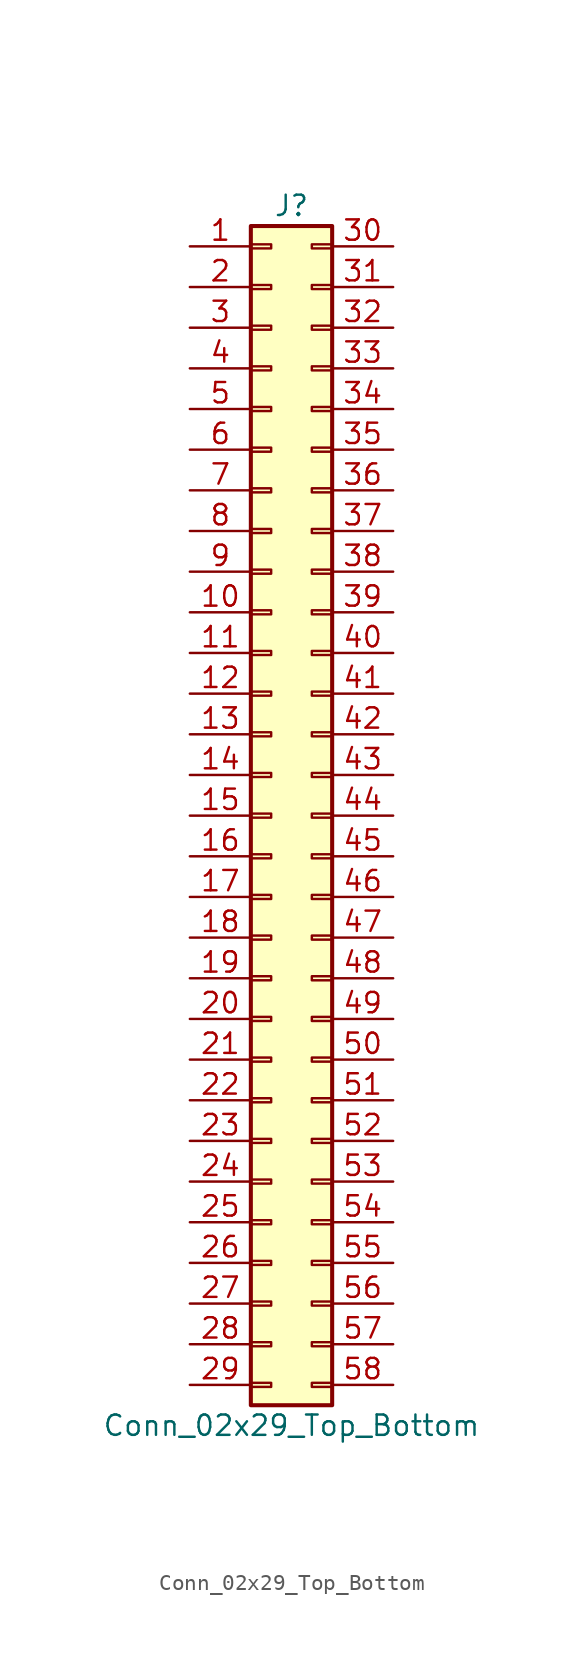
<source format=kicad_sym>
(kicad_symbol_lib
  (version 20201005)
  (generator kicad_symbol_editor)
  (symbol "Connector_Generic:Conn_02x29_Top_Bottom"
    (pin_names
      (offset 1.016) hide)
    (property "Reference" "J"
      (at 1.27 38.1 0)
      (effects (font (size 1.27 1.27))))
    (property "Value" "Conn_02x29_Top_Bottom"
      (at 1.27 -38.1 0)
      (effects (font (size 1.27 1.27))))
    (symbol "Conn_02x29_Top_Bottom_1_1"
      (rectangle (start -1.27 -27.813) (end 0 -28.067) (stroke (width 0.152)) (fill (type none)))
      (rectangle (start -1.27 -30.353) (end 0 -30.607) (stroke (width 0.152)) (fill (type none)))
      (rectangle (start -1.27 -32.893) (end 0 -33.147) (stroke (width 0.152)) (fill (type none)))
      (rectangle (start -1.27 -35.433) (end 0 -35.687) (stroke (width 0.152)) (fill (type none)))
      (rectangle (start -1.27 -4.953) (end 0 -5.207) (stroke (width 0.152)) (fill (type none)))
      (rectangle (start -1.27 -7.493) (end 0 -7.747) (stroke (width 0.152)) (fill (type none)))
      (rectangle (start -1.27 -10.033) (end 0 -10.287) (stroke (width 0.152)) (fill (type none)))
      (rectangle (start -1.27 -12.573) (end 0 -12.827) (stroke (width 0.152)) (fill (type none)))
      (rectangle (start -1.27 -15.113) (end 0 -15.367) (stroke (width 0.152)) (fill (type none)))
      (rectangle (start -1.27 -17.653) (end 0 -17.907) (stroke (width 0.152)) (fill (type none)))
      (rectangle (start -1.27 -20.193) (end 0 -20.447) (stroke (width 0.152)) (fill (type none)))
      (rectangle (start -1.27 -22.733) (end 0 -22.987) (stroke (width 0.152)) (fill (type none)))
      (rectangle (start -1.27 -2.413) (end 0 -2.667) (stroke (width 0.152)) (fill (type none)))
      (rectangle (start -1.27 -25.273) (end 0 -25.527) (stroke (width 0.152)) (fill (type none)))
      (rectangle (start -1.27 25.527) (end 0 25.273) (stroke (width 0.152)) (fill (type none)))
      (rectangle (start -1.27 2.667) (end 0 2.413) (stroke (width 0.152)) (fill (type none)))
      (rectangle (start -1.27 28.067) (end 0 27.813) (stroke (width 0.152)) (fill (type none)))
      (rectangle (start -1.27 30.607) (end 0 30.353) (stroke (width 0.152)) (fill (type none)))
      (rectangle (start -1.27 33.147) (end 0 32.893) (stroke (width 0.152)) (fill (type none)))
      (rectangle (start -1.27 35.687) (end 0 35.433) (stroke (width 0.152)) (fill (type none)))
      (rectangle (start -1.27 36.83) (end 3.81 -36.83) (stroke (width 0.254)) (fill (type background)))
      (rectangle (start -1.27 5.207) (end 0 4.953) (stroke (width 0.152)) (fill (type none)))
      (rectangle (start -1.27 7.747) (end 0 7.493) (stroke (width 0.152)) (fill (type none)))
      (rectangle (start -1.27 10.287) (end 0 10.033) (stroke (width 0.152)) (fill (type none)))
      (rectangle (start -1.27 0.127) (end 0 -0.127) (stroke (width 0.152)) (fill (type none)))
      (rectangle (start -1.27 12.827) (end 0 12.573) (stroke (width 0.152)) (fill (type none)))
      (rectangle (start -1.27 15.367) (end 0 15.113) (stroke (width 0.152)) (fill (type none)))
      (rectangle (start -1.27 17.907) (end 0 17.653) (stroke (width 0.152)) (fill (type none)))
      (rectangle (start -1.27 20.447) (end 0 20.193) (stroke (width 0.152)) (fill (type none)))
      (rectangle (start -1.27 22.987) (end 0 22.733) (stroke (width 0.152)) (fill (type none)))
      (rectangle (start 3.81 -27.813) (end 2.54 -28.067) (stroke (width 0.152)) (fill (type none)))
      (rectangle (start 3.81 -30.353) (end 2.54 -30.607) (stroke (width 0.152)) (fill (type none)))
      (rectangle (start 3.81 -32.893) (end 2.54 -33.147) (stroke (width 0.152)) (fill (type none)))
      (rectangle (start 3.81 -35.433) (end 2.54 -35.687) (stroke (width 0.152)) (fill (type none)))
      (rectangle (start 3.81 -4.953) (end 2.54 -5.207) (stroke (width 0.152)) (fill (type none)))
      (rectangle (start 3.81 -7.493) (end 2.54 -7.747) (stroke (width 0.152)) (fill (type none)))
      (rectangle (start 3.81 -10.033) (end 2.54 -10.287) (stroke (width 0.152)) (fill (type none)))
      (rectangle (start 3.81 -12.573) (end 2.54 -12.827) (stroke (width 0.152)) (fill (type none)))
      (rectangle (start 3.81 -15.113) (end 2.54 -15.367) (stroke (width 0.152)) (fill (type none)))
      (rectangle (start 3.81 -17.653) (end 2.54 -17.907) (stroke (width 0.152)) (fill (type none)))
      (rectangle (start 3.81 -20.193) (end 2.54 -20.447) (stroke (width 0.152)) (fill (type none)))
      (rectangle (start 3.81 -22.733) (end 2.54 -22.987) (stroke (width 0.152)) (fill (type none)))
      (rectangle (start 3.81 -2.413) (end 2.54 -2.667) (stroke (width 0.152)) (fill (type none)))
      (rectangle (start 3.81 -25.273) (end 2.54 -25.527) (stroke (width 0.152)) (fill (type none)))
      (rectangle (start 3.81 25.527) (end 2.54 25.273) (stroke (width 0.152)) (fill (type none)))
      (rectangle (start 3.81 2.667) (end 2.54 2.413) (stroke (width 0.152)) (fill (type none)))
      (rectangle (start 3.81 28.067) (end 2.54 27.813) (stroke (width 0.152)) (fill (type none)))
      (rectangle (start 3.81 30.607) (end 2.54 30.353) (stroke (width 0.152)) (fill (type none)))
      (rectangle (start 3.81 33.147) (end 2.54 32.893) (stroke (width 0.152)) (fill (type none)))
      (rectangle (start 3.81 35.687) (end 2.54 35.433) (stroke (width 0.152)) (fill (type none)))
      (rectangle (start 3.81 5.207) (end 2.54 4.953) (stroke (width 0.152)) (fill (type none)))
      (rectangle (start 3.81 7.747) (end 2.54 7.493) (stroke (width 0.152)) (fill (type none)))
      (rectangle (start 3.81 10.287) (end 2.54 10.033) (stroke (width 0.152)) (fill (type none)))
      (rectangle (start 3.81 0.127) (end 2.54 -0.127) (stroke (width 0.152)) (fill (type none)))
      (rectangle (start 3.81 12.827) (end 2.54 12.573) (stroke (width 0.152)) (fill (type none)))
      (rectangle (start 3.81 15.367) (end 2.54 15.113) (stroke (width 0.152)) (fill (type none)))
      (rectangle (start 3.81 17.907) (end 2.54 17.653) (stroke (width 0.152)) (fill (type none)))
      (rectangle (start 3.81 20.447) (end 2.54 20.193) (stroke (width 0.152)) (fill (type none)))
      (rectangle (start 3.81 22.987) (end 2.54 22.733) (stroke (width 0.152)) (fill (type none)))
      (pin passive line (at -5.08 35.56 0) (length 3.81) (name "Pin_1" (effects (font (size 1.27 1.27)))) (number "1" (effects (font (size 1.27 1.27)))))
      (pin passive line (at -5.08 12.7 0) (length 3.81) (name "Pin_10" (effects (font (size 1.27 1.27)))) (number "10" (effects (font (size 1.27 1.27)))))
      (pin passive line (at -5.08 10.16 0) (length 3.81) (name "Pin_11" (effects (font (size 1.27 1.27)))) (number "11" (effects (font (size 1.27 1.27)))))
      (pin passive line (at -5.08 7.62 0) (length 3.81) (name "Pin_12" (effects (font (size 1.27 1.27)))) (number "12" (effects (font (size 1.27 1.27)))))
      (pin passive line (at -5.08 5.08 0) (length 3.81) (name "Pin_13" (effects (font (size 1.27 1.27)))) (number "13" (effects (font (size 1.27 1.27)))))
      (pin passive line (at -5.08 2.54 0) (length 3.81) (name "Pin_14" (effects (font (size 1.27 1.27)))) (number "14" (effects (font (size 1.27 1.27)))))
      (pin passive line (at -5.08 0 0) (length 3.81) (name "Pin_15" (effects (font (size 1.27 1.27)))) (number "15" (effects (font (size 1.27 1.27)))))
      (pin passive line (at -5.08 -2.54 0) (length 3.81) (name "Pin_16" (effects (font (size 1.27 1.27)))) (number "16" (effects (font (size 1.27 1.27)))))
      (pin passive line (at -5.08 -5.08 0) (length 3.81) (name "Pin_17" (effects (font (size 1.27 1.27)))) (number "17" (effects (font (size 1.27 1.27)))))
      (pin passive line (at -5.08 -7.62 0) (length 3.81) (name "Pin_18" (effects (font (size 1.27 1.27)))) (number "18" (effects (font (size 1.27 1.27)))))
      (pin passive line (at -5.08 -10.16 0) (length 3.81) (name "Pin_19" (effects (font (size 1.27 1.27)))) (number "19" (effects (font (size 1.27 1.27)))))
      (pin passive line (at -5.08 33.02 0) (length 3.81) (name "Pin_2" (effects (font (size 1.27 1.27)))) (number "2" (effects (font (size 1.27 1.27)))))
      (pin passive line (at -5.08 -12.7 0) (length 3.81) (name "Pin_20" (effects (font (size 1.27 1.27)))) (number "20" (effects (font (size 1.27 1.27)))))
      (pin passive line (at -5.08 -15.24 0) (length 3.81) (name "Pin_21" (effects (font (size 1.27 1.27)))) (number "21" (effects (font (size 1.27 1.27)))))
      (pin passive line (at -5.08 -17.78 0) (length 3.81) (name "Pin_22" (effects (font (size 1.27 1.27)))) (number "22" (effects (font (size 1.27 1.27)))))
      (pin passive line (at -5.08 -20.32 0) (length 3.81) (name "Pin_23" (effects (font (size 1.27 1.27)))) (number "23" (effects (font (size 1.27 1.27)))))
      (pin passive line (at -5.08 -22.86 0) (length 3.81) (name "Pin_24" (effects (font (size 1.27 1.27)))) (number "24" (effects (font (size 1.27 1.27)))))
      (pin passive line (at -5.08 -25.4 0) (length 3.81) (name "Pin_25" (effects (font (size 1.27 1.27)))) (number "25" (effects (font (size 1.27 1.27)))))
      (pin passive line (at -5.08 -27.94 0) (length 3.81) (name "Pin_26" (effects (font (size 1.27 1.27)))) (number "26" (effects (font (size 1.27 1.27)))))
      (pin passive line (at -5.08 -30.48 0) (length 3.81) (name "Pin_27" (effects (font (size 1.27 1.27)))) (number "27" (effects (font (size 1.27 1.27)))))
      (pin passive line (at -5.08 -33.02 0) (length 3.81) (name "Pin_28" (effects (font (size 1.27 1.27)))) (number "28" (effects (font (size 1.27 1.27)))))
      (pin passive line (at -5.08 -35.56 0) (length 3.81) (name "Pin_29" (effects (font (size 1.27 1.27)))) (number "29" (effects (font (size 1.27 1.27)))))
      (pin passive line (at -5.08 30.48 0) (length 3.81) (name "Pin_3" (effects (font (size 1.27 1.27)))) (number "3" (effects (font (size 1.27 1.27)))))
      (pin passive line (at 7.62 35.56 180) (length 3.81) (name "Pin_30" (effects (font (size 1.27 1.27)))) (number "30" (effects (font (size 1.27 1.27)))))
      (pin passive line (at 7.62 33.02 180) (length 3.81) (name "Pin_31" (effects (font (size 1.27 1.27)))) (number "31" (effects (font (size 1.27 1.27)))))
      (pin passive line (at 7.62 30.48 180) (length 3.81) (name "Pin_32" (effects (font (size 1.27 1.27)))) (number "32" (effects (font (size 1.27 1.27)))))
      (pin passive line (at 7.62 27.94 180) (length 3.81) (name "Pin_33" (effects (font (size 1.27 1.27)))) (number "33" (effects (font (size 1.27 1.27)))))
      (pin passive line (at 7.62 25.4 180) (length 3.81) (name "Pin_34" (effects (font (size 1.27 1.27)))) (number "34" (effects (font (size 1.27 1.27)))))
      (pin passive line (at 7.62 22.86 180) (length 3.81) (name "Pin_35" (effects (font (size 1.27 1.27)))) (number "35" (effects (font (size 1.27 1.27)))))
      (pin passive line (at 7.62 20.32 180) (length 3.81) (name "Pin_36" (effects (font (size 1.27 1.27)))) (number "36" (effects (font (size 1.27 1.27)))))
      (pin passive line (at 7.62 17.78 180) (length 3.81) (name "Pin_37" (effects (font (size 1.27 1.27)))) (number "37" (effects (font (size 1.27 1.27)))))
      (pin passive line (at 7.62 15.24 180) (length 3.81) (name "Pin_38" (effects (font (size 1.27 1.27)))) (number "38" (effects (font (size 1.27 1.27)))))
      (pin passive line (at 7.62 12.7 180) (length 3.81) (name "Pin_39" (effects (font (size 1.27 1.27)))) (number "39" (effects (font (size 1.27 1.27)))))
      (pin passive line (at -5.08 27.94 0) (length 3.81) (name "Pin_4" (effects (font (size 1.27 1.27)))) (number "4" (effects (font (size 1.27 1.27)))))
      (pin passive line (at 7.62 10.16 180) (length 3.81) (name "Pin_40" (effects (font (size 1.27 1.27)))) (number "40" (effects (font (size 1.27 1.27)))))
      (pin passive line (at 7.62 7.62 180) (length 3.81) (name "Pin_41" (effects (font (size 1.27 1.27)))) (number "41" (effects (font (size 1.27 1.27)))))
      (pin passive line (at 7.62 5.08 180) (length 3.81) (name "Pin_42" (effects (font (size 1.27 1.27)))) (number "42" (effects (font (size 1.27 1.27)))))
      (pin passive line (at 7.62 2.54 180) (length 3.81) (name "Pin_43" (effects (font (size 1.27 1.27)))) (number "43" (effects (font (size 1.27 1.27)))))
      (pin passive line (at 7.62 0 180) (length 3.81) (name "Pin_44" (effects (font (size 1.27 1.27)))) (number "44" (effects (font (size 1.27 1.27)))))
      (pin passive line (at 7.62 -2.54 180) (length 3.81) (name "Pin_45" (effects (font (size 1.27 1.27)))) (number "45" (effects (font (size 1.27 1.27)))))
      (pin passive line (at 7.62 -5.08 180) (length 3.81) (name "Pin_46" (effects (font (size 1.27 1.27)))) (number "46" (effects (font (size 1.27 1.27)))))
      (pin passive line (at 7.62 -7.62 180) (length 3.81) (name "Pin_47" (effects (font (size 1.27 1.27)))) (number "47" (effects (font (size 1.27 1.27)))))
      (pin passive line (at 7.62 -10.16 180) (length 3.81) (name "Pin_48" (effects (font (size 1.27 1.27)))) (number "48" (effects (font (size 1.27 1.27)))))
      (pin passive line (at 7.62 -12.7 180) (length 3.81) (name "Pin_49" (effects (font (size 1.27 1.27)))) (number "49" (effects (font (size 1.27 1.27)))))
      (pin passive line (at -5.08 25.4 0) (length 3.81) (name "Pin_5" (effects (font (size 1.27 1.27)))) (number "5" (effects (font (size 1.27 1.27)))))
      (pin passive line (at 7.62 -15.24 180) (length 3.81) (name "Pin_50" (effects (font (size 1.27 1.27)))) (number "50" (effects (font (size 1.27 1.27)))))
      (pin passive line (at 7.62 -17.78 180) (length 3.81) (name "Pin_51" (effects (font (size 1.27 1.27)))) (number "51" (effects (font (size 1.27 1.27)))))
      (pin passive line (at 7.62 -20.32 180) (length 3.81) (name "Pin_52" (effects (font (size 1.27 1.27)))) (number "52" (effects (font (size 1.27 1.27)))))
      (pin passive line (at 7.62 -22.86 180) (length 3.81) (name "Pin_53" (effects (font (size 1.27 1.27)))) (number "53" (effects (font (size 1.27 1.27)))))
      (pin passive line (at 7.62 -25.4 180) (length 3.81) (name "Pin_54" (effects (font (size 1.27 1.27)))) (number "54" (effects (font (size 1.27 1.27)))))
      (pin passive line (at 7.62 -27.94 180) (length 3.81) (name "Pin_55" (effects (font (size 1.27 1.27)))) (number "55" (effects (font (size 1.27 1.27)))))
      (pin passive line (at 7.62 -30.48 180) (length 3.81) (name "Pin_56" (effects (font (size 1.27 1.27)))) (number "56" (effects (font (size 1.27 1.27)))))
      (pin passive line (at 7.62 -33.02 180) (length 3.81) (name "Pin_57" (effects (font (size 1.27 1.27)))) (number "57" (effects (font (size 1.27 1.27)))))
      (pin passive line (at 7.62 -35.56 180) (length 3.81) (name "Pin_58" (effects (font (size 1.27 1.27)))) (number "58" (effects (font (size 1.27 1.27)))))
      (pin passive line (at -5.08 22.86 0) (length 3.81) (name "Pin_6" (effects (font (size 1.27 1.27)))) (number "6" (effects (font (size 1.27 1.27)))))
      (pin passive line (at -5.08 20.32 0) (length 3.81) (name "Pin_7" (effects (font (size 1.27 1.27)))) (number "7" (effects (font (size 1.27 1.27)))))
      (pin passive line (at -5.08 17.78 0) (length 3.81) (name "Pin_8" (effects (font (size 1.27 1.27)))) (number "8" (effects (font (size 1.27 1.27)))))
      (pin passive line (at -5.08 15.24 0) (length 3.81) (name "Pin_9" (effects (font (size 1.27 1.27)))) (number "9" (effects (font (size 1.27 1.27))))))))
</source>
